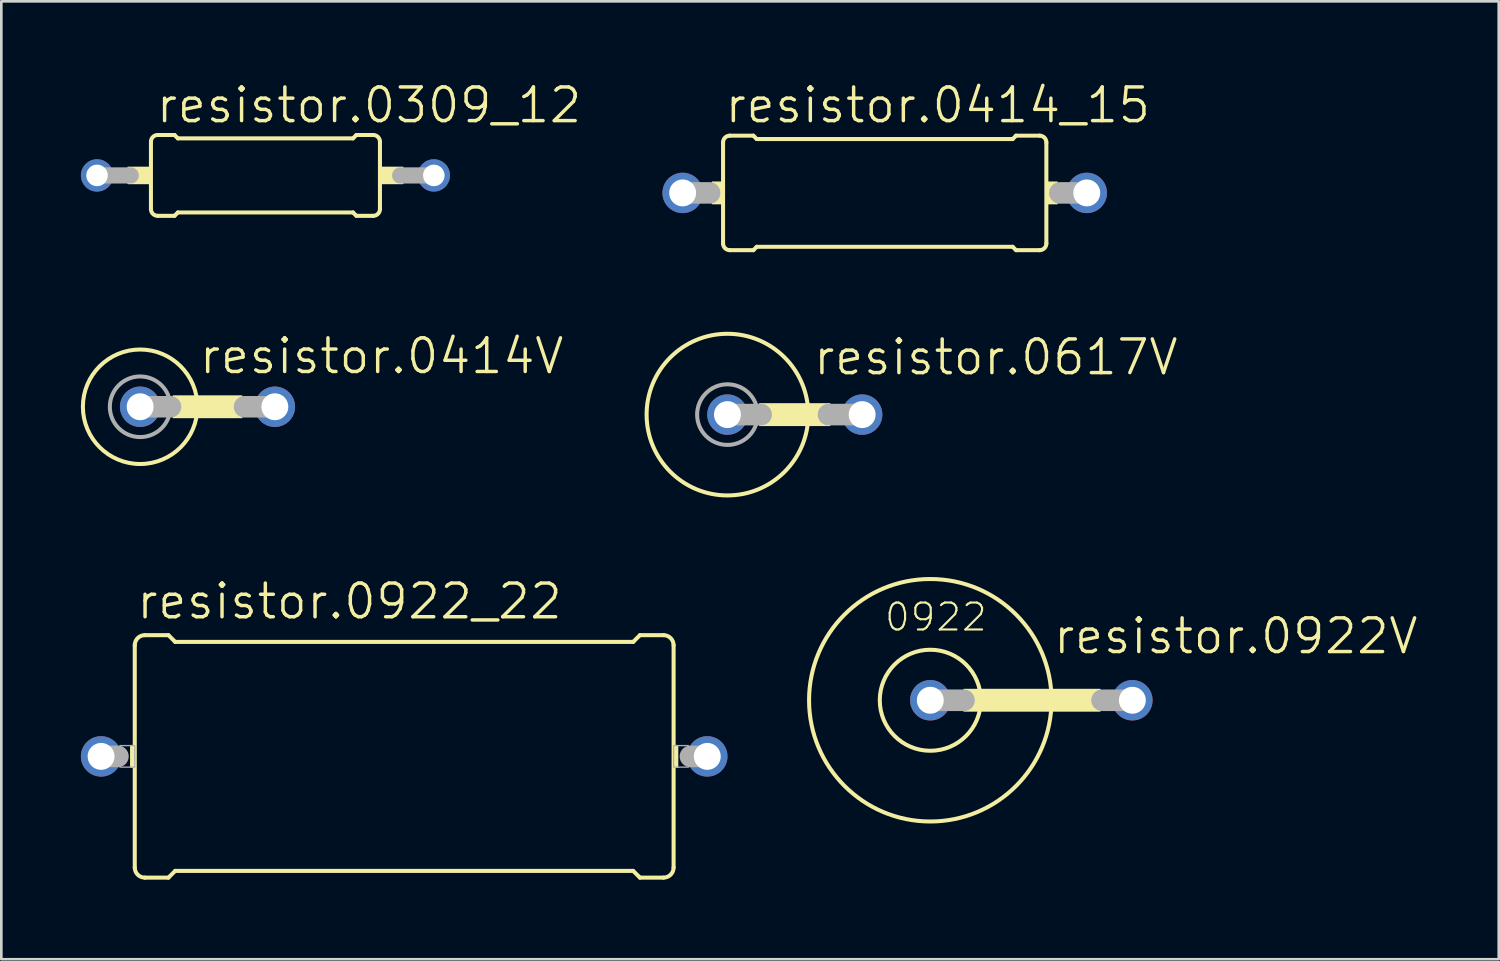
<source format=kicad_pcb>
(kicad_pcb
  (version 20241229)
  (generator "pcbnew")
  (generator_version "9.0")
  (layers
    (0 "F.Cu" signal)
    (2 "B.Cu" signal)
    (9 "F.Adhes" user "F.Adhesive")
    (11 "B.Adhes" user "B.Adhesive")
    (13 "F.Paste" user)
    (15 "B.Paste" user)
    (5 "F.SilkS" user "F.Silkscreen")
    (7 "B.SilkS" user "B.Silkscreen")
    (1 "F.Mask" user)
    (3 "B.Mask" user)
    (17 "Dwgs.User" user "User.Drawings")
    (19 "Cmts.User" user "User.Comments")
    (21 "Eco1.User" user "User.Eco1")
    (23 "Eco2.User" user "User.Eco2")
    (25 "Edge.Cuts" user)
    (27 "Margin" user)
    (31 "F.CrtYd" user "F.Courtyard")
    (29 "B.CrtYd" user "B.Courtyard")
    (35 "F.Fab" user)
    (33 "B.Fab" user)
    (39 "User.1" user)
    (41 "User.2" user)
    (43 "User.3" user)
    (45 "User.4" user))
  (footprint "resistor.0414V"
    (layer "F.Cu")
    (at 4.775 12.289)
    (property "Reference" "resistor.0414V" (at -0.381 -1.168 0) (layer "F.SilkS") (effects (font (size 1.27 1.27) (thickness 0.13)) (justify left bottom)))
    (attr through_hole)
    (fp_rect (start -1.295 0.406) (end 1.295 -0.406) (stroke (width 0.05) (type default)) (fill yes) (layer "F.SilkS"))
    (fp_circle (center -2.54 0) (end -0.381 0) (stroke (width 0.152) (type default)) (fill no) (layer "F.SilkS"))
    (fp_line (start -2.54 0) (end -1.397 0) (stroke (width 0.813) (type default)) (layer "F.Fab"))
    (fp_line (start 2.54 0) (end 1.397 0) (stroke (width 0.813) (type default)) (layer "F.Fab"))
    (fp_circle (center -2.54 0) (end -1.397 0) (stroke (width 0.152) (type default)) (fill no) (layer "F.Fab"))
    (pad "1" thru_hole circle (at -2.54 0) (size 1.524 1.524) (drill 1.016) (layers "*.Cu" "*.Mask"))
    (pad "2" thru_hole circle (at 2.54 0) (size 1.524 1.524) (drill 1.016) (layers "*.Cu" "*.Mask")))
  (footprint "resistor.0414_15"
    (layer "F.Cu")
    (at 30.313 4.225)
    (property "Reference" "resistor.0414_15" (at -6.096 -2.565 0) (layer "F.SilkS") (effects (font (size 1.27 1.27) (thickness 0.13)) (justify left bottom)))
    (attr through_hole)
    (fp_line (start -6.096 1.905) (end -6.096 -1.905) (stroke (width 0.152) (type default)) (layer "F.SilkS"))
    (fp_line (start -5.842 -2.159) (end -4.953 -2.159) (stroke (width 0.152) (type default)) (layer "F.SilkS"))
    (fp_line (start -5.842 2.159) (end -4.953 2.159) (stroke (width 0.152) (type default)) (layer "F.SilkS"))
    (fp_line (start -4.826 -2.032) (end -4.953 -2.159) (stroke (width 0.152) (type default)) (layer "F.SilkS"))
    (fp_line (start -4.826 2.032) (end -4.953 2.159) (stroke (width 0.152) (type default)) (layer "F.SilkS"))
    (fp_line (start 4.826 -2.032) (end -4.826 -2.032) (stroke (width 0.152) (type default)) (layer "F.SilkS"))
    (fp_line (start 4.826 -2.032) (end 4.953 -2.159) (stroke (width 0.152) (type default)) (layer "F.SilkS"))
    (fp_line (start 4.826 2.032) (end -4.826 2.032) (stroke (width 0.152) (type default)) (layer "F.SilkS"))
    (fp_line (start 4.826 2.032) (end 4.953 2.159) (stroke (width 0.152) (type default)) (layer "F.SilkS"))
    (fp_line (start 5.842 -2.159) (end 4.953 -2.159) (stroke (width 0.152) (type default)) (layer "F.SilkS"))
    (fp_line (start 5.842 2.159) (end 4.953 2.159) (stroke (width 0.152) (type default)) (layer "F.SilkS"))
    (fp_line (start 6.096 1.905) (end 6.096 -1.905) (stroke (width 0.152) (type default)) (layer "F.SilkS"))
    (fp_rect (start -6.502 0.406) (end -6.096 -0.406) (stroke (width 0.05) (type default)) (fill yes) (layer "F.SilkS"))
    (fp_rect (start 6.096 0.406) (end 6.502 -0.406) (stroke (width 0.05) (type default)) (fill yes) (layer "F.SilkS"))
    (fp_arc (start -6.096 -1.905) (mid -6.021605 -2.084605) (end -5.842 -2.159) (stroke (width 0.1524) (type default)) (layer "F.SilkS"))
    (fp_arc (start -5.842 2.159) (mid -6.021605 2.084605) (end -6.096 1.905) (stroke (width 0.1524) (type default)) (layer "F.SilkS"))
    (fp_arc (start 5.842 -2.159) (mid 6.021605 -2.084605) (end 6.096 -1.905) (stroke (width 0.1524) (type default)) (layer "F.SilkS"))
    (fp_arc (start 6.096 1.905) (mid 6.021605 2.084605) (end 5.842 2.159) (stroke (width 0.1524) (type default)) (layer "F.SilkS"))
    (fp_line (start -7.62 0) (end -6.604 0) (stroke (width 0.813) (type default)) (layer "F.Fab"))
    (fp_line (start 7.62 0) (end 6.604 0) (stroke (width 0.813) (type default)) (layer "F.Fab"))
    (pad "1" thru_hole circle (at -7.62 0) (size 1.524 1.524) (drill 1.016) (layers "*.Cu" "*.Mask"))
    (pad "2" thru_hole circle (at 7.62 0) (size 1.524 1.524) (drill 1.016) (layers "*.Cu" "*.Mask")))
  (footprint "resistor.0617V"
    (layer "F.Cu")
    (at 26.922 12.585)
    (property "Reference" "resistor.0617V" (at 0.635 -1.422 0) (layer "F.SilkS") (effects (font (size 1.27 1.27) (thickness 0.13)) (justify left bottom)))
    (attr through_hole)
    (fp_rect (start -1.321 0.406) (end 1.321 -0.406) (stroke (width 0.05) (type default)) (fill yes) (layer "F.SilkS"))
    (fp_circle (center -2.54 0) (end 0.508 0) (stroke (width 0.152) (type default)) (fill no) (layer "F.SilkS"))
    (fp_line (start -2.54 0) (end -1.27 0) (stroke (width 0.813) (type default)) (layer "F.Fab"))
    (fp_line (start 1.27 0) (end 2.54 0) (stroke (width 0.813) (type default)) (layer "F.Fab"))
    (fp_circle (center -2.54 0) (end -1.397 0) (stroke (width 0.152) (type default)) (fill no) (layer "F.Fab"))
    (pad "1" thru_hole circle (at -2.54 0) (size 1.524 1.524) (drill 1.016) (layers "*.Cu" "*.Mask"))
    (pad "2" thru_hole circle (at 2.54 0) (size 1.524 1.524) (drill 1.016) (layers "*.Cu" "*.Mask")))
  (footprint "resistor.0922V"
    (layer "F.Cu")
    (at 37.112 23.357)
    (property "Reference" "resistor.0922V" (at -0.508 -1.676 0) (layer "F.SilkS") (effects (font (size 1.27 1.27) (thickness 0.13)) (justify left bottom)))
    (attr through_hole)
    (fp_rect (start -3.81 0.406) (end 1.321 -0.406) (stroke (width 0.05) (type default)) (fill yes) (layer "F.SilkS"))
    (fp_circle (center -5.08 0) (end -3.175 0) (stroke (width 0.152) (type default)) (fill no) (layer "F.SilkS"))
    (fp_circle (center -5.08 0) (end -0.508 0) (stroke (width 0.152) (type default)) (fill no) (layer "F.SilkS"))
    (fp_line (start -5.08 0) (end -3.81 0) (stroke (width 0.813) (type default)) (layer "F.Fab"))
    (fp_line (start 2.54 0) (end 1.397 0) (stroke (width 0.813) (type default)) (layer "F.Fab"))
    (fp_text user "0922" (at -6.858 -2.54 0) (layer "F.SilkS") (effects (font (size 1.016 1.016) (thickness 0.08)) (justify left bottom)))
    (pad "1" thru_hole circle (at -5.08 0) (size 1.524 1.524) (drill 1.016) (layers "*.Cu" "*.Mask"))
    (pad "2" thru_hole circle (at 2.54 0) (size 1.524 1.524) (drill 1.016) (layers "*.Cu" "*.Mask")))
  (footprint "resistor.0922_22"
    (layer "F.Cu")
    (at 12.192 25.474)
    (property "Reference" "resistor.0922_22" (at -10.16 -5.105 0) (layer "F.SilkS") (effects (font (size 1.27 1.27) (thickness 0.13)) (justify left bottom)))
    (attr through_hole)
    (fp_line (start -10.16 4.191) (end -10.16 -4.191) (stroke (width 0.152) (type default)) (layer "F.SilkS"))
    (fp_line (start -9.779 -4.572) (end -8.89 -4.572) (stroke (width 0.152) (type default)) (layer "F.SilkS"))
    (fp_line (start -9.779 4.572) (end -8.89 4.572) (stroke (width 0.152) (type default)) (layer "F.SilkS"))
    (fp_line (start -8.636 -4.318) (end -8.89 -4.572) (stroke (width 0.152) (type default)) (layer "F.SilkS"))
    (fp_line (start -8.636 4.318) (end -8.89 4.572) (stroke (width 0.152) (type default)) (layer "F.SilkS"))
    (fp_line (start 8.636 -4.318) (end -8.636 -4.318) (stroke (width 0.152) (type default)) (layer "F.SilkS"))
    (fp_line (start 8.636 -4.318) (end 8.89 -4.572) (stroke (width 0.152) (type default)) (layer "F.SilkS"))
    (fp_line (start 8.636 4.318) (end -8.636 4.318) (stroke (width 0.152) (type default)) (layer "F.SilkS"))
    (fp_line (start 8.636 4.318) (end 8.89 4.572) (stroke (width 0.152) (type default)) (layer "F.SilkS"))
    (fp_line (start 9.779 -4.572) (end 8.89 -4.572) (stroke (width 0.152) (type default)) (layer "F.SilkS"))
    (fp_line (start 9.779 4.572) (end 8.89 4.572) (stroke (width 0.152) (type default)) (layer "F.SilkS"))
    (fp_line (start 10.16 4.191) (end 10.16 -4.191) (stroke (width 0.152) (type default)) (layer "F.SilkS"))
    (fp_rect (start -10.312 0.406) (end -10.16 -0.406) (stroke (width 0.05) (type default)) (fill yes) (layer "F.SilkS"))
    (fp_rect (start 10.16 0.406) (end 10.312 -0.406) (stroke (width 0.05) (type default)) (fill yes) (layer "F.SilkS"))
    (fp_arc (start -10.16 -4.191) (mid -10.048408 -4.460408) (end -9.779 -4.572) (stroke (width 0.1524) (type default)) (layer "F.SilkS"))
    (fp_arc (start -9.779 4.572) (mid -10.048408 4.460408) (end -10.16 4.191) (stroke (width 0.1524) (type default)) (layer "F.SilkS"))
    (fp_arc (start 9.779 -4.572) (mid 10.048408 -4.460408) (end 10.16 -4.191) (stroke (width 0.1524) (type default)) (layer "F.SilkS"))
    (fp_arc (start 10.16 4.191) (mid 10.048408 4.460408) (end 9.779 4.572) (stroke (width 0.1524) (type default)) (layer "F.SilkS"))
    (fp_line (start -11.43 0) (end -10.795 0) (stroke (width 0.813) (type default)) (layer "F.Fab"))
    (fp_line (start 11.43 0) (end 10.795 0) (stroke (width 0.813) (type default)) (layer "F.Fab"))
    (fp_rect (start -10.719 0.406) (end -10.16 -0.406) (stroke (width 0.05) (type default)) (fill no) (layer "F.Fab"))
    (fp_rect (start 10.16 0.406) (end 10.719 -0.406) (stroke (width 0.05) (type default)) (fill no) (layer "F.Fab"))
    (pad "1" thru_hole circle (at -11.43 0) (size 1.524 1.524) (drill 1.016) (layers "*.Cu" "*.Mask"))
    (pad "2" thru_hole circle (at 11.43 0) (size 1.524 1.524) (drill 1.016) (layers "*.Cu" "*.Mask")))
  (footprint "resistor.0309_12"
    (layer "F.Cu")
    (at 6.96 3.565)
    (property "Reference" "resistor.0309_12" (at -4.191 -1.905 0) (layer "F.SilkS") (effects (font (size 1.27 1.27) (thickness 0.13)) (justify left bottom)))
    (attr through_hole)
    (fp_line (start -4.318 1.27) (end -4.318 -1.27) (stroke (width 0.152) (type default)) (layer "F.SilkS"))
    (fp_line (start -4.064 -1.524) (end -3.429 -1.524) (stroke (width 0.152) (type default)) (layer "F.SilkS"))
    (fp_line (start -4.064 1.524) (end -3.429 1.524) (stroke (width 0.152) (type default)) (layer "F.SilkS"))
    (fp_line (start -3.302 -1.397) (end -3.429 -1.524) (stroke (width 0.152) (type default)) (layer "F.SilkS"))
    (fp_line (start -3.302 1.397) (end -3.429 1.524) (stroke (width 0.152) (type default)) (layer "F.SilkS"))
    (fp_line (start 3.302 -1.397) (end -3.302 -1.397) (stroke (width 0.152) (type default)) (layer "F.SilkS"))
    (fp_line (start 3.302 -1.397) (end 3.429 -1.524) (stroke (width 0.152) (type default)) (layer "F.SilkS"))
    (fp_line (start 3.302 1.397) (end -3.302 1.397) (stroke (width 0.152) (type default)) (layer "F.SilkS"))
    (fp_line (start 3.302 1.397) (end 3.429 1.524) (stroke (width 0.152) (type default)) (layer "F.SilkS"))
    (fp_line (start 4.064 -1.524) (end 3.429 -1.524) (stroke (width 0.152) (type default)) (layer "F.SilkS"))
    (fp_line (start 4.064 1.524) (end 3.429 1.524) (stroke (width 0.152) (type default)) (layer "F.SilkS"))
    (fp_line (start 4.318 1.27) (end 4.318 -1.27) (stroke (width 0.152) (type default)) (layer "F.SilkS"))
    (fp_rect (start -5.182 0.305) (end -4.318 -0.305) (stroke (width 0.05) (type default)) (fill yes) (layer "F.SilkS"))
    (fp_rect (start 4.318 0.305) (end 5.182 -0.305) (stroke (width 0.05) (type default)) (fill yes) (layer "F.SilkS"))
    (fp_arc (start -4.318 -1.27) (mid -4.243605 -1.449605) (end -4.064 -1.524) (stroke (width 0.1524) (type default)) (layer "F.SilkS"))
    (fp_arc (start -4.064 1.524) (mid -4.243605 1.449605) (end -4.318 1.27) (stroke (width 0.1524) (type default)) (layer "F.SilkS"))
    (fp_arc (start 4.064 -1.524) (mid 4.243605 -1.449605) (end 4.318 -1.27) (stroke (width 0.1524) (type default)) (layer "F.SilkS"))
    (fp_arc (start 4.318 1.27) (mid 4.243605 1.449605) (end 4.064 1.524) (stroke (width 0.1524) (type default)) (layer "F.SilkS"))
    (fp_line (start -6.35 0) (end -5.08 0) (stroke (width 0.61) (type default)) (layer "F.Fab"))
    (fp_line (start 6.35 0) (end 5.08 0) (stroke (width 0.61) (type default)) (layer "F.Fab"))
    (pad "1" thru_hole circle (at -6.35 0) (size 1.219 1.219) (drill 0.813) (layers "*.Cu" "*.Mask"))
    (pad "2" thru_hole circle (at 6.35 0) (size 1.219 1.219) (drill 0.813) (layers "*.Cu" "*.Mask")))
  (gr_rect
    (start -3 -3)
    (end 53.468 33.123)
    (stroke (width 0.1) (type default))
    (fill no)
    (layer "Edge.Cuts")))
</source>
